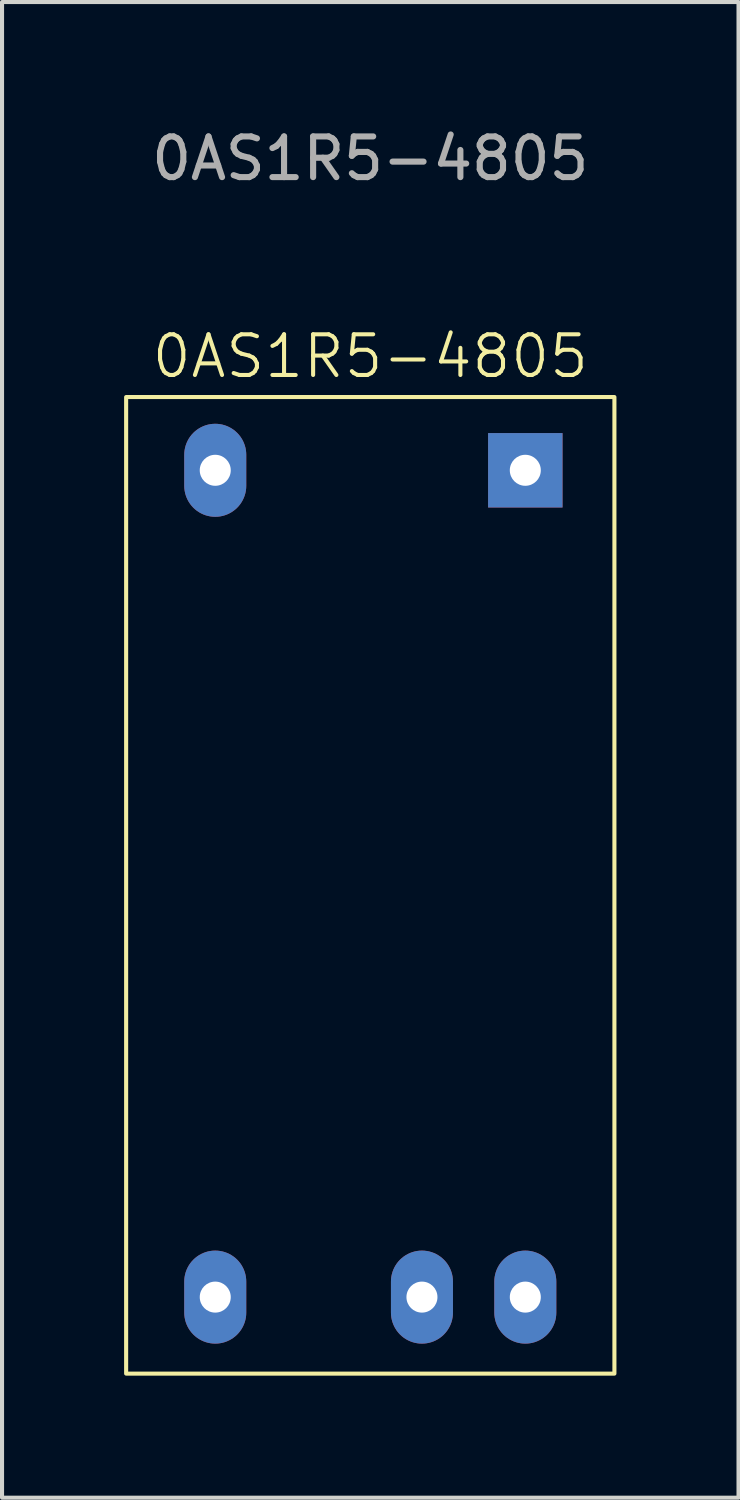
<source format=kicad_pcb>
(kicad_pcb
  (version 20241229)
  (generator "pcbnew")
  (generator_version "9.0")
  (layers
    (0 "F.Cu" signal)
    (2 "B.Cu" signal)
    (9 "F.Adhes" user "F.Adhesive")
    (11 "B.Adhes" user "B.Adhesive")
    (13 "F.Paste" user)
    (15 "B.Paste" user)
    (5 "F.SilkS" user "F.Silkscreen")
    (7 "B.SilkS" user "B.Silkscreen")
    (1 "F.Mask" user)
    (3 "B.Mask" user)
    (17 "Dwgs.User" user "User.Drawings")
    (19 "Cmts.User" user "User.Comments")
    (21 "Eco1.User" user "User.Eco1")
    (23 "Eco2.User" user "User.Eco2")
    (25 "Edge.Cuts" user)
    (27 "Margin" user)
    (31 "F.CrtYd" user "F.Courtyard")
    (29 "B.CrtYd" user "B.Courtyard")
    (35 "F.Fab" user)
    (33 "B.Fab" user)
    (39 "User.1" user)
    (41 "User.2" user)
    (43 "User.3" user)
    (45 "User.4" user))
  (footprint "0AS1R5-4805"
    (layer "F.Cu")
    (at 6.05 21.208)
    (property "Reference" "0AS1R5-4805" (at 0 -15.5 0) (unlocked yes) (layer "F.SilkS") (effects (font (size 1 1) (thickness 0.1))))
    (attr through_hole)
    (fp_rect (start -6 -14.5) (end 6 9.5) (stroke (width 0.1) (type default)) (fill no) (layer "F.SilkS"))
    (fp_text user "${REFERENCE}" (at 0 -20.36 0) (unlocked yes) (layer "F.Fab") (effects (font (size 1 1) (thickness 0.15))))
    (pad "1" thru_hole rect (at 3.81 -12.7) (size 1.829 1.829) (drill 0.762) (layers "*.Cu" "*.Mask"))
    (pad "2" thru_hole oval (at -3.81 -12.7) (size 1.524 2.286) (drill 0.762) (layers "*.Cu" "*.Mask"))
    (pad "3" thru_hole oval (at 3.81 7.62) (size 1.524 2.286) (drill 0.762) (layers "*.Cu" "*.Mask"))
    (pad "4" thru_hole oval (at 1.27 7.62) (size 1.524 2.286) (drill 0.762) (layers "*.Cu" "*.Mask"))
    (pad "5" thru_hole oval (at -3.81 7.62) (size 1.524 2.286) (drill 0.762) (layers "*.Cu" "*.Mask")))
  (gr_rect
    (start -3 -3)
    (end 15.1 33.758)
    (stroke (width 0.1) (type default))
    (fill no)
    (layer "Edge.Cuts")))
</source>
